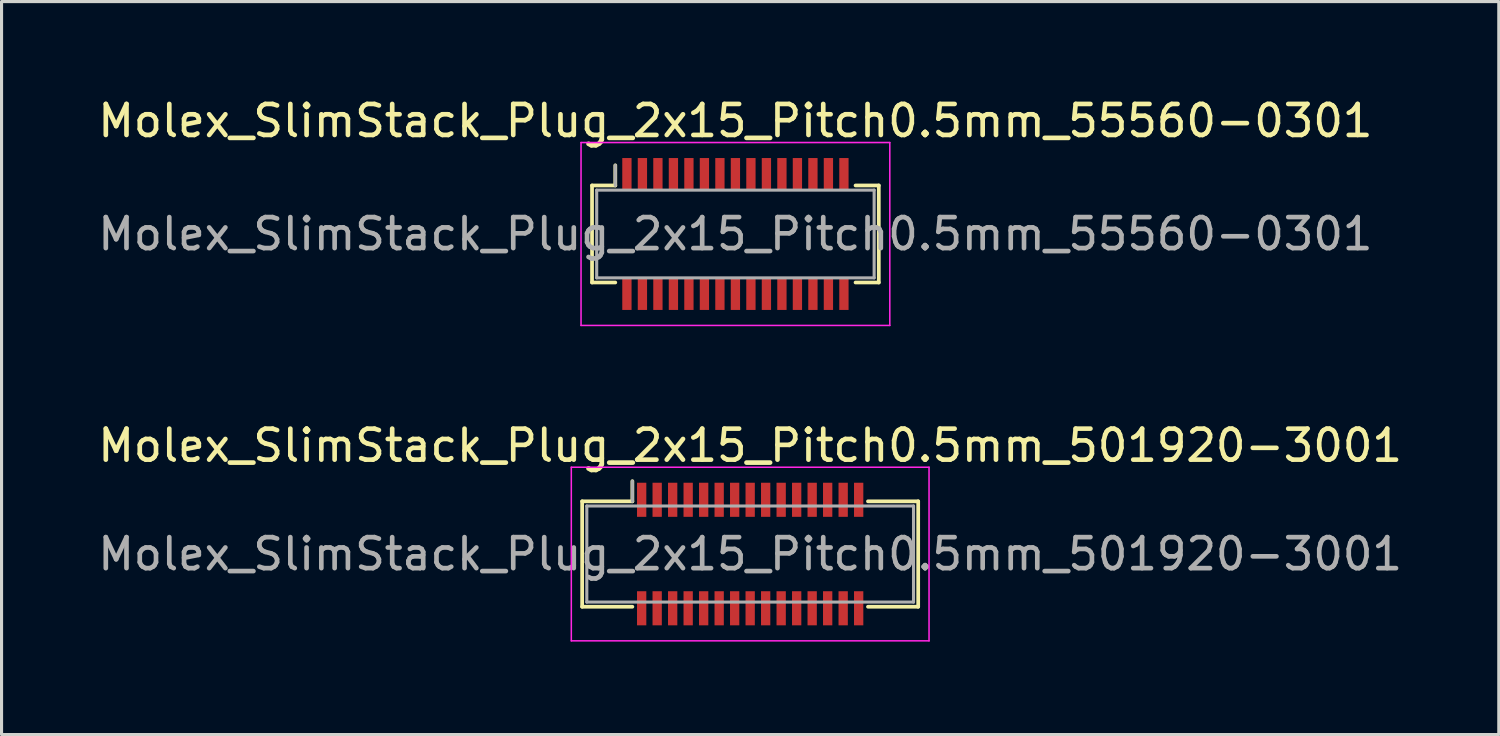
<source format=kicad_pcb>
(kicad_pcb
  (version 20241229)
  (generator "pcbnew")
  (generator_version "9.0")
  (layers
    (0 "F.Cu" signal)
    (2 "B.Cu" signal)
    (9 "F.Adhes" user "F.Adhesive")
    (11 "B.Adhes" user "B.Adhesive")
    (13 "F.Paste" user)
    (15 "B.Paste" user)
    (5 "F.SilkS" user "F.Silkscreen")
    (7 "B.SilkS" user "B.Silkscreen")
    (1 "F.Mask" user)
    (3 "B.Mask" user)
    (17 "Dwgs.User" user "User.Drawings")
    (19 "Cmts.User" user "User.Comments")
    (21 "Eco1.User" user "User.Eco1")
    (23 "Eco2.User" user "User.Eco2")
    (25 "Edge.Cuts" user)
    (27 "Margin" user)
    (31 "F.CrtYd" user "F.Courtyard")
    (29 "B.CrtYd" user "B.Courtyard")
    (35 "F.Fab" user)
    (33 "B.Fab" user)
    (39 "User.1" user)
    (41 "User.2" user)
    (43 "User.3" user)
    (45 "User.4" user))
  (footprint "Molex_SlimStack_Plug_2x15_Pitch0.5mm_501920-3001"
    (layer "F.Cu")
    (at 21.149 14.822)
    (property "Reference" "Molex_SlimStack_Plug_2x15_Pitch0.5mm_501920-3001" (at 0 -3.5 0) (layer "F.SilkS") (effects (font (size 1 1) (thickness 0.15))))
    (attr smd)
    (fp_line (start -5.42 -1.7) (end -3.8 -1.7) (stroke (width 0.12) (type solid)) (layer "F.SilkS"))
    (fp_line (start -5.42 1.7) (end -5.42 -1.7) (stroke (width 0.12) (type solid)) (layer "F.SilkS"))
    (fp_line (start -3.8 -1.7) (end -3.8 -2.35) (stroke (width 0.12) (type solid)) (layer "F.SilkS"))
    (fp_line (start -3.8 1.7) (end -5.42 1.7) (stroke (width 0.12) (type solid)) (layer "F.SilkS"))
    (fp_line (start 3.8 1.7) (end 5.42 1.7) (stroke (width 0.12) (type solid)) (layer "F.SilkS"))
    (fp_line (start 5.42 -1.7) (end 3.8 -1.7) (stroke (width 0.12) (type solid)) (layer "F.SilkS"))
    (fp_line (start 5.42 1.7) (end 5.42 -1.7) (stroke (width 0.12) (type solid)) (layer "F.SilkS"))
    (fp_line (start -5.77 -2.8) (end -5.77 2.8) (stroke (width 0.05) (type solid)) (layer "F.CrtYd"))
    (fp_line (start -5.77 2.8) (end 5.77 2.8) (stroke (width 0.05) (type solid)) (layer "F.CrtYd"))
    (fp_line (start 5.77 -2.8) (end -5.77 -2.8) (stroke (width 0.05) (type solid)) (layer "F.CrtYd"))
    (fp_line (start 5.77 2.8) (end 5.77 -2.8) (stroke (width 0.05) (type solid)) (layer "F.CrtYd"))
    (fp_line (start -5.27 -1.55) (end -5.27 1.55) (stroke (width 0.1) (type solid)) (layer "F.Fab"))
    (fp_line (start -5.27 1.55) (end 5.27 1.55) (stroke (width 0.1) (type solid)) (layer "F.Fab"))
    (fp_line (start -3.8 -1.7) (end -3.8 -2.35) (stroke (width 0.1) (type solid)) (layer "F.Fab"))
    (fp_line (start 5.27 -1.55) (end -5.27 -1.55) (stroke (width 0.1) (type solid)) (layer "F.Fab"))
    (fp_line (start 5.27 1.55) (end 5.27 -1.55) (stroke (width 0.1) (type solid)) (layer "F.Fab"))
    (fp_text user "${REFERENCE}" (at 0 0 0) (layer "F.Fab") (effects (font (size 1 1) (thickness 0.15))))
    (pad "1" smd rect (at -3.5 -1.75) (size 0.3 1.1) (layers "F.Cu" "F.Mask" "F.Paste"))
    (pad "2" smd rect (at -3.5 1.75) (size 0.3 1.1) (layers "F.Cu" "F.Mask" "F.Paste"))
    (pad "3" smd rect (at -3 -1.75) (size 0.3 1.1) (layers "F.Cu" "F.Mask" "F.Paste"))
    (pad "4" smd rect (at -3 1.75) (size 0.3 1.1) (layers "F.Cu" "F.Mask" "F.Paste"))
    (pad "5" smd rect (at -2.5 -1.75) (size 0.3 1.1) (layers "F.Cu" "F.Mask" "F.Paste"))
    (pad "6" smd rect (at -2.5 1.75) (size 0.3 1.1) (layers "F.Cu" "F.Mask" "F.Paste"))
    (pad "7" smd rect (at -2 -1.75) (size 0.3 1.1) (layers "F.Cu" "F.Mask" "F.Paste"))
    (pad "8" smd rect (at -2 1.75) (size 0.3 1.1) (layers "F.Cu" "F.Mask" "F.Paste"))
    (pad "9" smd rect (at -1.5 -1.75) (size 0.3 1.1) (layers "F.Cu" "F.Mask" "F.Paste"))
    (pad "10" smd rect (at -1.5 1.75) (size 0.3 1.1) (layers "F.Cu" "F.Mask" "F.Paste"))
    (pad "11" smd rect (at -1 -1.75) (size 0.3 1.1) (layers "F.Cu" "F.Mask" "F.Paste"))
    (pad "12" smd rect (at -1 1.75) (size 0.3 1.1) (layers "F.Cu" "F.Mask" "F.Paste"))
    (pad "13" smd rect (at -0.5 -1.75) (size 0.3 1.1) (layers "F.Cu" "F.Mask" "F.Paste"))
    (pad "14" smd rect (at -0.5 1.75) (size 0.3 1.1) (layers "F.Cu" "F.Mask" "F.Paste"))
    (pad "15" smd rect (at 0 -1.75) (size 0.3 1.1) (layers "F.Cu" "F.Mask" "F.Paste"))
    (pad "16" smd rect (at 0 1.75) (size 0.3 1.1) (layers "F.Cu" "F.Mask" "F.Paste"))
    (pad "17" smd rect (at 0.5 -1.75) (size 0.3 1.1) (layers "F.Cu" "F.Mask" "F.Paste"))
    (pad "18" smd rect (at 0.5 1.75) (size 0.3 1.1) (layers "F.Cu" "F.Mask" "F.Paste"))
    (pad "19" smd rect (at 1 -1.75) (size 0.3 1.1) (layers "F.Cu" "F.Mask" "F.Paste"))
    (pad "20" smd rect (at 1 1.75) (size 0.3 1.1) (layers "F.Cu" "F.Mask" "F.Paste"))
    (pad "21" smd rect (at 1.5 -1.75) (size 0.3 1.1) (layers "F.Cu" "F.Mask" "F.Paste"))
    (pad "22" smd rect (at 1.5 1.75) (size 0.3 1.1) (layers "F.Cu" "F.Mask" "F.Paste"))
    (pad "23" smd rect (at 2 -1.75) (size 0.3 1.1) (layers "F.Cu" "F.Mask" "F.Paste"))
    (pad "24" smd rect (at 2 1.75) (size 0.3 1.1) (layers "F.Cu" "F.Mask" "F.Paste"))
    (pad "25" smd rect (at 2.5 -1.75) (size 0.3 1.1) (layers "F.Cu" "F.Mask" "F.Paste"))
    (pad "26" smd rect (at 2.5 1.75) (size 0.3 1.1) (layers "F.Cu" "F.Mask" "F.Paste"))
    (pad "27" smd rect (at 3 -1.75) (size 0.3 1.1) (layers "F.Cu" "F.Mask" "F.Paste"))
    (pad "28" smd rect (at 3 1.75) (size 0.3 1.1) (layers "F.Cu" "F.Mask" "F.Paste"))
    (pad "29" smd rect (at 3.5 -1.75) (size 0.3 1.1) (layers "F.Cu" "F.Mask" "F.Paste"))
    (pad "30" smd rect (at 3.5 1.75) (size 0.3 1.1) (layers "F.Cu" "F.Mask" "F.Paste")))
  (footprint "Molex_SlimStack_Plug_2x15_Pitch0.5mm_55560-0301"
    (layer "F.Cu")
    (at 20.673 4.498)
    (property "Reference" "Molex_SlimStack_Plug_2x15_Pitch0.5mm_55560-0301" (at 0 -3.65 0) (layer "F.SilkS") (effects (font (size 1 1) (thickness 0.15))))
    (attr smd)
    (fp_line (start -4.625 -1.565) (end -3.875 -1.565) (stroke (width 0.12) (type solid)) (layer "F.SilkS"))
    (fp_line (start -4.625 1.565) (end -4.625 -1.565) (stroke (width 0.12) (type solid)) (layer "F.SilkS"))
    (fp_line (start -3.875 -1.565) (end -3.875 -2.215) (stroke (width 0.12) (type solid)) (layer "F.SilkS"))
    (fp_line (start -3.875 1.565) (end -4.625 1.565) (stroke (width 0.12) (type solid)) (layer "F.SilkS"))
    (fp_line (start 3.875 1.565) (end 4.625 1.565) (stroke (width 0.12) (type solid)) (layer "F.SilkS"))
    (fp_line (start 4.625 -1.565) (end 3.875 -1.565) (stroke (width 0.12) (type solid)) (layer "F.SilkS"))
    (fp_line (start 4.625 1.565) (end 4.625 -1.565) (stroke (width 0.12) (type solid)) (layer "F.SilkS"))
    (fp_line (start -4.98 -2.95) (end -4.98 2.95) (stroke (width 0.05) (type solid)) (layer "F.CrtYd"))
    (fp_line (start -4.98 2.95) (end 4.98 2.95) (stroke (width 0.05) (type solid)) (layer "F.CrtYd"))
    (fp_line (start 4.98 -2.95) (end -4.98 -2.95) (stroke (width 0.05) (type solid)) (layer "F.CrtYd"))
    (fp_line (start 4.98 2.95) (end 4.98 -2.95) (stroke (width 0.05) (type solid)) (layer "F.CrtYd"))
    (fp_line (start -4.475 -1.415) (end -4.475 1.415) (stroke (width 0.1) (type solid)) (layer "F.Fab"))
    (fp_line (start -4.475 1.415) (end 4.475 1.415) (stroke (width 0.1) (type solid)) (layer "F.Fab"))
    (fp_line (start -3.875 -1.565) (end -3.875 -2.215) (stroke (width 0.1) (type solid)) (layer "F.Fab"))
    (fp_line (start 4.475 -1.415) (end -4.475 -1.415) (stroke (width 0.1) (type solid)) (layer "F.Fab"))
    (fp_line (start 4.475 1.415) (end 4.475 -1.415) (stroke (width 0.1) (type solid)) (layer "F.Fab"))
    (fp_text user "${REFERENCE}" (at 0 0 0) (layer "F.Fab") (effects (font (size 1 1) (thickness 0.15))))
    (pad "1" smd rect (at -3.5 -1.95) (size 0.3 1) (layers "F.Cu" "F.Mask" "F.Paste"))
    (pad "2" smd rect (at -3.5 1.95) (size 0.3 1) (layers "F.Cu" "F.Mask" "F.Paste"))
    (pad "3" smd rect (at -3 -1.95) (size 0.3 1) (layers "F.Cu" "F.Mask" "F.Paste"))
    (pad "4" smd rect (at -3 1.95) (size 0.3 1) (layers "F.Cu" "F.Mask" "F.Paste"))
    (pad "5" smd rect (at -2.5 -1.95) (size 0.3 1) (layers "F.Cu" "F.Mask" "F.Paste"))
    (pad "6" smd rect (at -2.5 1.95) (size 0.3 1) (layers "F.Cu" "F.Mask" "F.Paste"))
    (pad "7" smd rect (at -2 -1.95) (size 0.3 1) (layers "F.Cu" "F.Mask" "F.Paste"))
    (pad "8" smd rect (at -2 1.95) (size 0.3 1) (layers "F.Cu" "F.Mask" "F.Paste"))
    (pad "9" smd rect (at -1.5 -1.95) (size 0.3 1) (layers "F.Cu" "F.Mask" "F.Paste"))
    (pad "10" smd rect (at -1.5 1.95) (size 0.3 1) (layers "F.Cu" "F.Mask" "F.Paste"))
    (pad "11" smd rect (at -1 -1.95) (size 0.3 1) (layers "F.Cu" "F.Mask" "F.Paste"))
    (pad "12" smd rect (at -1 1.95) (size 0.3 1) (layers "F.Cu" "F.Mask" "F.Paste"))
    (pad "13" smd rect (at -0.5 -1.95) (size 0.3 1) (layers "F.Cu" "F.Mask" "F.Paste"))
    (pad "14" smd rect (at -0.5 1.95) (size 0.3 1) (layers "F.Cu" "F.Mask" "F.Paste"))
    (pad "15" smd rect (at 0 -1.95) (size 0.3 1) (layers "F.Cu" "F.Mask" "F.Paste"))
    (pad "16" smd rect (at 0 1.95) (size 0.3 1) (layers "F.Cu" "F.Mask" "F.Paste"))
    (pad "17" smd rect (at 0.5 -1.95) (size 0.3 1) (layers "F.Cu" "F.Mask" "F.Paste"))
    (pad "18" smd rect (at 0.5 1.95) (size 0.3 1) (layers "F.Cu" "F.Mask" "F.Paste"))
    (pad "19" smd rect (at 1 -1.95) (size 0.3 1) (layers "F.Cu" "F.Mask" "F.Paste"))
    (pad "20" smd rect (at 1 1.95) (size 0.3 1) (layers "F.Cu" "F.Mask" "F.Paste"))
    (pad "21" smd rect (at 1.5 -1.95) (size 0.3 1) (layers "F.Cu" "F.Mask" "F.Paste"))
    (pad "22" smd rect (at 1.5 1.95) (size 0.3 1) (layers "F.Cu" "F.Mask" "F.Paste"))
    (pad "23" smd rect (at 2 -1.95) (size 0.3 1) (layers "F.Cu" "F.Mask" "F.Paste"))
    (pad "24" smd rect (at 2 1.95) (size 0.3 1) (layers "F.Cu" "F.Mask" "F.Paste"))
    (pad "25" smd rect (at 2.5 -1.95) (size 0.3 1) (layers "F.Cu" "F.Mask" "F.Paste"))
    (pad "26" smd rect (at 2.5 1.95) (size 0.3 1) (layers "F.Cu" "F.Mask" "F.Paste"))
    (pad "27" smd rect (at 3 -1.95) (size 0.3 1) (layers "F.Cu" "F.Mask" "F.Paste"))
    (pad "28" smd rect (at 3 1.95) (size 0.3 1) (layers "F.Cu" "F.Mask" "F.Paste"))
    (pad "29" smd rect (at 3.5 -1.95) (size 0.3 1) (layers "F.Cu" "F.Mask" "F.Paste"))
    (pad "30" smd rect (at 3.5 1.95) (size 0.3 1) (layers "F.Cu" "F.Mask" "F.Paste")))
  (gr_rect
    (start -3 -3)
    (end 45.298 20.646)
    (stroke (width 0.1) (type default))
    (fill no)
    (layer "Edge.Cuts")))
</source>
